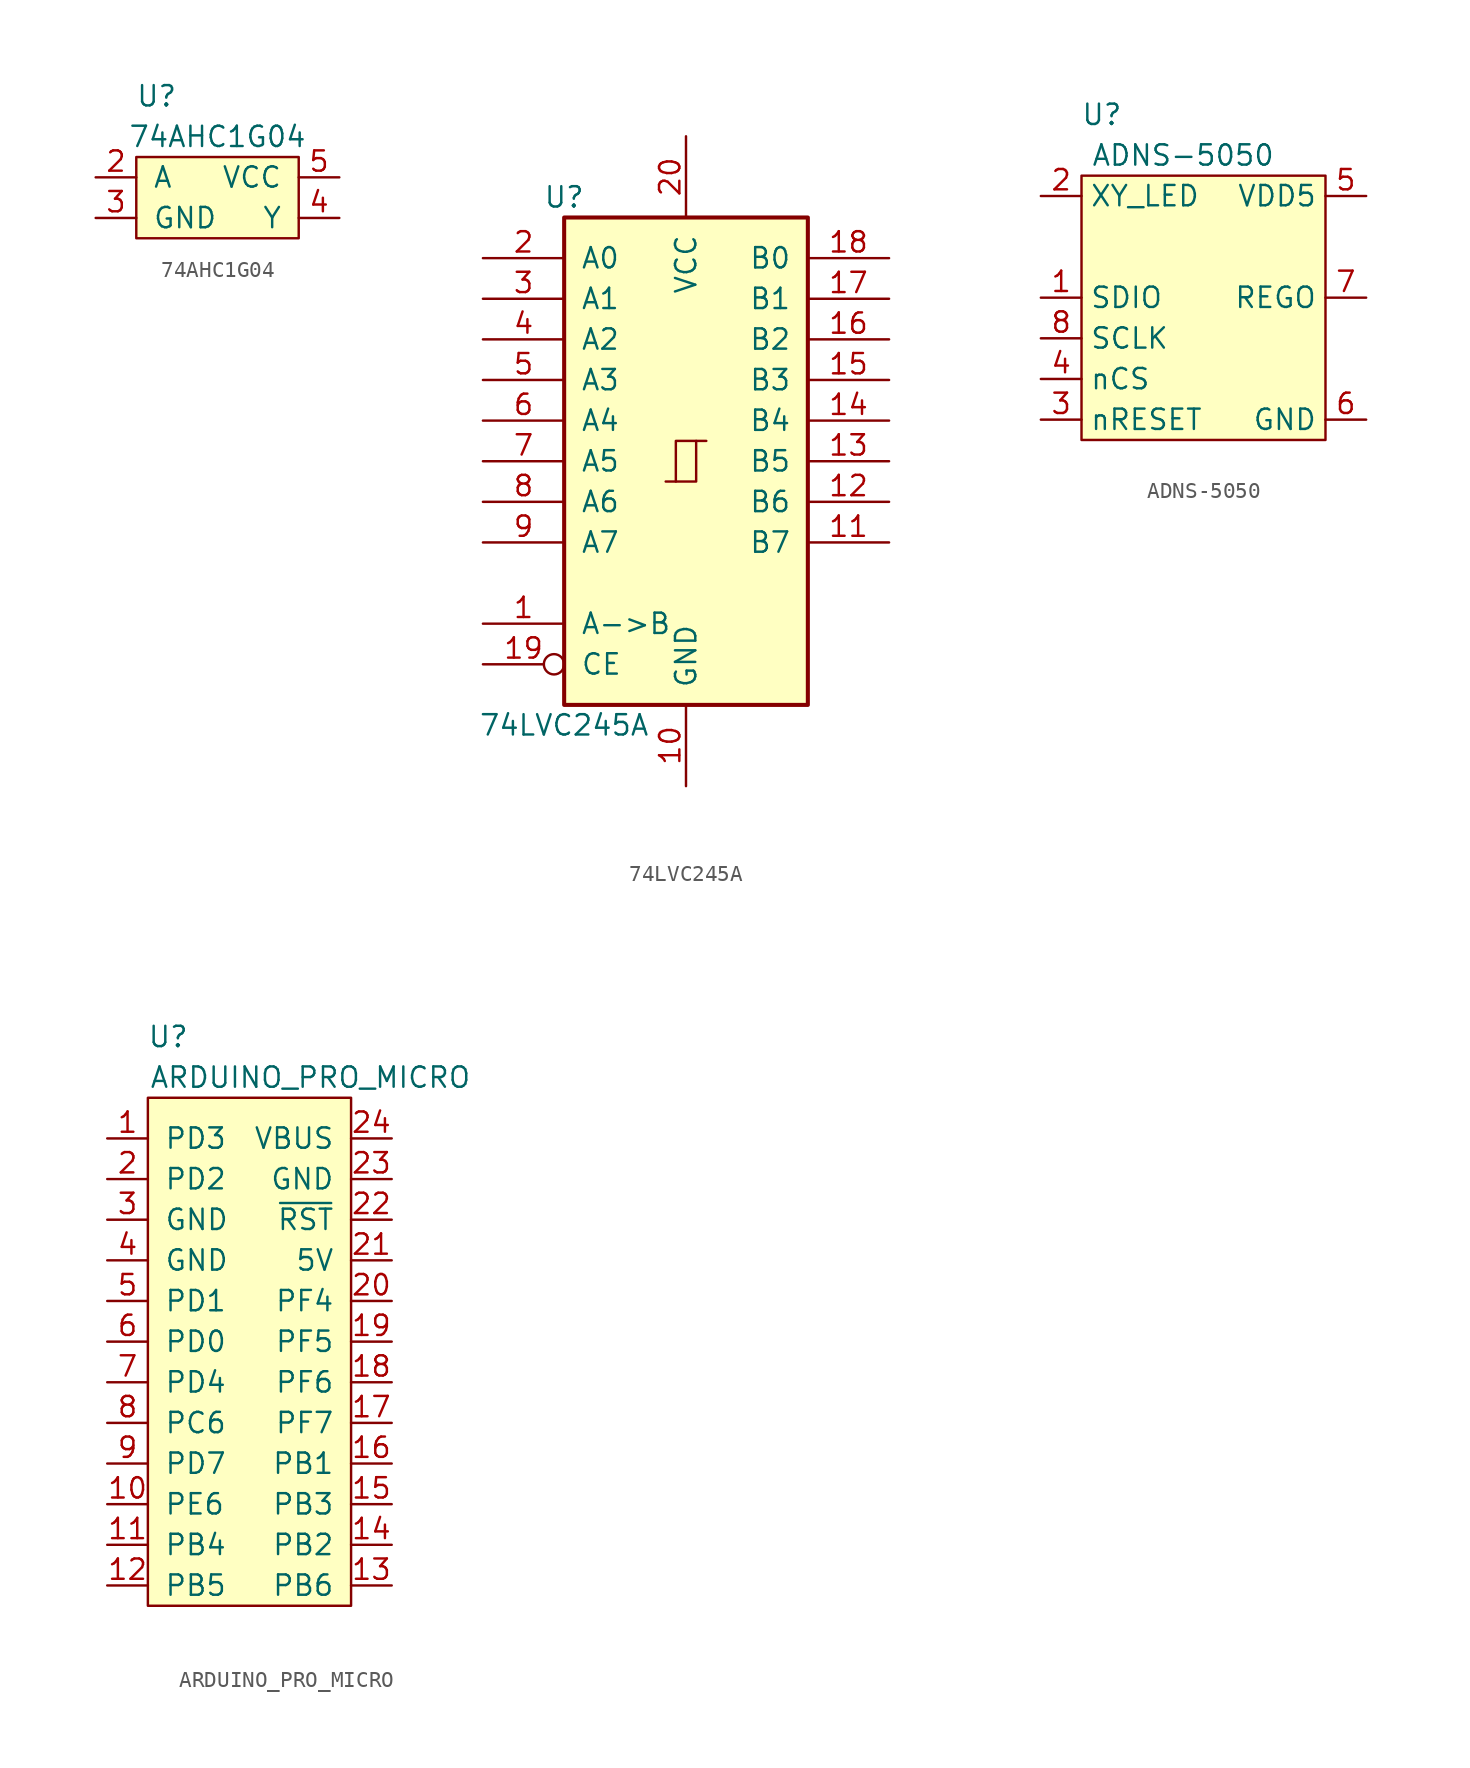
<source format=kicad_sym>
(kicad_symbol_lib
  (version 20231120)
  (generator "kicad_symbol_editor")
  (generator_version "8.0")
  (symbol "74AHC1G04"
    (pin_names
      (offset 1.016))
    (property "Reference" "U"
      (at -3.81 6.35 0)
      (effects (font (size 1.27 1.27))))
    (property "Value" "74AHC1G04"
      (at 0 3.81 0)
      (effects (font (size 1.27 1.27))))
    (symbol "74AHC1G04_0_1"
      (rectangle (start 5.08 -2.54) (end -5.08 2.54) (stroke (width 0) (type default)) (fill (type background))))
    (symbol "74AHC1G04_1_1"
      (pin bidirectional line (at -7.62 1.27 0) (length 2.54) (name "A" (effects (font (size 1.27 1.27)))) (number "2" (effects (font (size 1.27 1.27)))))
      (pin power_in line (at -7.62 -1.27 0) (length 2.54) (name "GND" (effects (font (size 1.27 1.27)))) (number "3" (effects (font (size 1.27 1.27)))))
      (pin bidirectional line (at 7.62 -1.27 180) (length 2.54) (name "Y" (effects (font (size 1.27 1.27)))) (number "4" (effects (font (size 1.27 1.27)))))
      (pin power_in line (at 7.62 1.27 180) (length 2.54) (name "VCC" (effects (font (size 1.27 1.27)))) (number "5" (effects (font (size 1.27 1.27)))))))
  (symbol "74LVC245A"
    (pin_names
      (offset 1.016))
    (property "Reference" "U"
      (at -7.62 16.51 0)
      (effects (font (size 1.27 1.27))))
    (property "Value" "74LVC245A"
      (at -7.62 -16.51 0)
      (effects (font (size 1.27 1.27))))
    (symbol "74LVC245A_1_0"
      (polyline (pts (xy -0.635 -1.27) (xy -0.635 1.27) (xy 0.635 1.27)) (stroke (width 0) (type default)) (fill (type none)))
      (polyline (pts (xy -1.27 -1.27) (xy 0.635 -1.27) (xy 0.635 1.27) (xy 1.27 1.27)) (stroke (width 0) (type default)) (fill (type none)))
      (pin input line (at -12.7 -10.16 0) (length 5.08) (name "A->B" (effects (font (size 1.27 1.27)))) (number "1" (effects (font (size 1.27 1.27)))))
      (pin power_in line (at 0 -20.32 90) (length 5.08) (name "GND" (effects (font (size 1.27 1.27)))) (number "10" (effects (font (size 1.27 1.27)))))
      (pin tri_state line (at 12.7 -5.08 180) (length 5.08) (name "B7" (effects (font (size 1.27 1.27)))) (number "11" (effects (font (size 1.27 1.27)))))
      (pin tri_state line (at 12.7 -2.54 180) (length 5.08) (name "B6" (effects (font (size 1.27 1.27)))) (number "12" (effects (font (size 1.27 1.27)))))
      (pin tri_state line (at 12.7 0 180) (length 5.08) (name "B5" (effects (font (size 1.27 1.27)))) (number "13" (effects (font (size 1.27 1.27)))))
      (pin tri_state line (at 12.7 2.54 180) (length 5.08) (name "B4" (effects (font (size 1.27 1.27)))) (number "14" (effects (font (size 1.27 1.27)))))
      (pin tri_state line (at 12.7 5.08 180) (length 5.08) (name "B3" (effects (font (size 1.27 1.27)))) (number "15" (effects (font (size 1.27 1.27)))))
      (pin tri_state line (at 12.7 7.62 180) (length 5.08) (name "B2" (effects (font (size 1.27 1.27)))) (number "16" (effects (font (size 1.27 1.27)))))
      (pin tri_state line (at 12.7 10.16 180) (length 5.08) (name "B1" (effects (font (size 1.27 1.27)))) (number "17" (effects (font (size 1.27 1.27)))))
      (pin tri_state line (at 12.7 12.7 180) (length 5.08) (name "B0" (effects (font (size 1.27 1.27)))) (number "18" (effects (font (size 1.27 1.27)))))
      (pin input inverted (at -12.7 -12.7 0) (length 5.08) (name "CE" (effects (font (size 1.27 1.27)))) (number "19" (effects (font (size 1.27 1.27)))))
      (pin tri_state line (at -12.7 12.7 0) (length 5.08) (name "A0" (effects (font (size 1.27 1.27)))) (number "2" (effects (font (size 1.27 1.27)))))
      (pin power_in line (at 0 20.32 270) (length 5.08) (name "VCC" (effects (font (size 1.27 1.27)))) (number "20" (effects (font (size 1.27 1.27)))))
      (pin tri_state line (at -12.7 10.16 0) (length 5.08) (name "A1" (effects (font (size 1.27 1.27)))) (number "3" (effects (font (size 1.27 1.27)))))
      (pin tri_state line (at -12.7 7.62 0) (length 5.08) (name "A2" (effects (font (size 1.27 1.27)))) (number "4" (effects (font (size 1.27 1.27)))))
      (pin tri_state line (at -12.7 5.08 0) (length 5.08) (name "A3" (effects (font (size 1.27 1.27)))) (number "5" (effects (font (size 1.27 1.27)))))
      (pin tri_state line (at -12.7 2.54 0) (length 5.08) (name "A4" (effects (font (size 1.27 1.27)))) (number "6" (effects (font (size 1.27 1.27)))))
      (pin tri_state line (at -12.7 0 0) (length 5.08) (name "A5" (effects (font (size 1.27 1.27)))) (number "7" (effects (font (size 1.27 1.27)))))
      (pin tri_state line (at -12.7 -2.54 0) (length 5.08) (name "A6" (effects (font (size 1.27 1.27)))) (number "8" (effects (font (size 1.27 1.27)))))
      (pin tri_state line (at -12.7 -5.08 0) (length 5.08) (name "A7" (effects (font (size 1.27 1.27)))) (number "9" (effects (font (size 1.27 1.27))))))
    (symbol "74LVC245A_1_1"
      (rectangle (start -7.62 15.24) (end 7.62 -15.24) (stroke (width 0.254) (type default)) (fill (type background)))))
  (symbol "ADNS-5050"
    (property "Reference" "U"
      (at -6.35 11.43 0)
      (effects (font (size 1.27 1.27))))
    (property "Value" "ADNS-5050"
      (at -1.27 8.89 0)
      (effects (font (size 1.27 1.27))))
    (symbol "ADNS-5050_0_1"
      (rectangle (start -7.62 7.62) (end 7.62 -8.89) (stroke (width 0.152) (type default)) (fill (type background))))
    (symbol "ADNS-5050_1_1"
      (pin bidirectional line (at -10.16 0 0) (length 2.54) (name "SDIO" (effects (font (size 1.27 1.27)))) (number "1" (effects (font (size 1.27 1.27)))))
      (pin bidirectional line (at -10.16 6.35 0) (length 2.54) (name "XY_LED" (effects (font (size 1.27 1.27)))) (number "2" (effects (font (size 1.27 1.27)))))
      (pin bidirectional line (at -10.16 -7.62 0) (length 2.54) (name "nRESET" (effects (font (size 1.27 1.27)))) (number "3" (effects (font (size 1.27 1.27)))))
      (pin bidirectional line (at -10.16 -5.08 0) (length 2.54) (name "nCS" (effects (font (size 1.27 1.27)))) (number "4" (effects (font (size 1.27 1.27)))))
      (pin power_in line (at 10.16 6.35 180) (length 2.54) (name "VDD5" (effects (font (size 1.27 1.27)))) (number "5" (effects (font (size 1.27 1.27)))))
      (pin power_in line (at 10.16 -7.62 180) (length 2.54) (name "GND" (effects (font (size 1.27 1.27)))) (number "6" (effects (font (size 1.27 1.27)))))
      (pin power_out line (at 10.16 0 180) (length 2.54) (name "REGO" (effects (font (size 1.27 1.27)))) (number "7" (effects (font (size 1.27 1.27)))))
      (pin bidirectional line (at -10.16 -2.54 0) (length 2.54) (name "SCLK" (effects (font (size 1.27 1.27)))) (number "8" (effects (font (size 1.27 1.27)))))))
  (symbol "ARDUINO_PRO_MICRO"
    (pin_names
      (offset 1.016))
    (property "Reference" "U"
      (at -5.08 0 0)
      (effects (font (size 1.27 1.27))))
    (property "Value" "ARDUINO_PRO_MICRO"
      (at 3.81 -2.54 0)
      (effects (font (size 1.27 1.27))))
    (symbol "ARDUINO_PRO_MICRO_0_1"
      (rectangle (start -6.35 -3.81) (end 6.35 -35.56) (stroke (width 0) (type default)) (fill (type background))))
    (symbol "ARDUINO_PRO_MICRO_1_1"
      (pin bidirectional line (at -8.89 -6.35 0) (length 2.54) (name "PD3" (effects (font (size 1.27 1.27)))) (number "1" (effects (font (size 1.27 1.27)))))
      (pin bidirectional line (at -8.89 -29.21 0) (length 2.54) (name "PE6" (effects (font (size 1.27 1.27)))) (number "10" (effects (font (size 1.27 1.27)))))
      (pin bidirectional line (at -8.89 -31.75 0) (length 2.54) (name "PB4" (effects (font (size 1.27 1.27)))) (number "11" (effects (font (size 1.27 1.27)))))
      (pin bidirectional line (at -8.89 -34.29 0) (length 2.54) (name "PB5" (effects (font (size 1.27 1.27)))) (number "12" (effects (font (size 1.27 1.27)))))
      (pin bidirectional line (at 8.89 -34.29 180) (length 2.54) (name "PB6" (effects (font (size 1.27 1.27)))) (number "13" (effects (font (size 1.27 1.27)))))
      (pin bidirectional line (at 8.89 -31.75 180) (length 2.54) (name "PB2" (effects (font (size 1.27 1.27)))) (number "14" (effects (font (size 1.27 1.27)))))
      (pin bidirectional line (at 8.89 -29.21 180) (length 2.54) (name "PB3" (effects (font (size 1.27 1.27)))) (number "15" (effects (font (size 1.27 1.27)))))
      (pin bidirectional line (at 8.89 -26.67 180) (length 2.54) (name "PB1" (effects (font (size 1.27 1.27)))) (number "16" (effects (font (size 1.27 1.27)))))
      (pin bidirectional line (at 8.89 -24.13 180) (length 2.54) (name "PF7" (effects (font (size 1.27 1.27)))) (number "17" (effects (font (size 1.27 1.27)))))
      (pin bidirectional line (at 8.89 -21.59 180) (length 2.54) (name "PF6" (effects (font (size 1.27 1.27)))) (number "18" (effects (font (size 1.27 1.27)))))
      (pin bidirectional line (at 8.89 -19.05 180) (length 2.54) (name "PF5" (effects (font (size 1.27 1.27)))) (number "19" (effects (font (size 1.27 1.27)))))
      (pin bidirectional line (at -8.89 -8.89 0) (length 2.54) (name "PD2" (effects (font (size 1.27 1.27)))) (number "2" (effects (font (size 1.27 1.27)))))
      (pin bidirectional line (at 8.89 -16.51 180) (length 2.54) (name "PF4" (effects (font (size 1.27 1.27)))) (number "20" (effects (font (size 1.27 1.27)))))
      (pin power_in line (at 8.89 -13.97 180) (length 2.54) (name "5V" (effects (font (size 1.27 1.27)))) (number "21" (effects (font (size 1.27 1.27)))))
      (pin bidirectional line (at 8.89 -11.43 180) (length 2.54) (name "~{RST}" (effects (font (size 1.27 1.27)))) (number "22" (effects (font (size 1.27 1.27)))))
      (pin power_in line (at 8.89 -8.89 180) (length 2.54) (name "GND" (effects (font (size 1.27 1.27)))) (number "23" (effects (font (size 1.27 1.27)))))
      (pin power_in line (at 8.89 -6.35 180) (length 2.54) (name "VBUS" (effects (font (size 1.27 1.27)))) (number "24" (effects (font (size 1.27 1.27)))))
      (pin power_in line (at -8.89 -11.43 0) (length 2.54) (name "GND" (effects (font (size 1.27 1.27)))) (number "3" (effects (font (size 1.27 1.27)))))
      (pin power_in line (at -8.89 -13.97 0) (length 2.54) (name "GND" (effects (font (size 1.27 1.27)))) (number "4" (effects (font (size 1.27 1.27)))))
      (pin bidirectional line (at -8.89 -16.51 0) (length 2.54) (name "PD1" (effects (font (size 1.27 1.27)))) (number "5" (effects (font (size 1.27 1.27)))))
      (pin bidirectional line (at -8.89 -19.05 0) (length 2.54) (name "PD0" (effects (font (size 1.27 1.27)))) (number "6" (effects (font (size 1.27 1.27)))))
      (pin bidirectional line (at -8.89 -21.59 0) (length 2.54) (name "PD4" (effects (font (size 1.27 1.27)))) (number "7" (effects (font (size 1.27 1.27)))))
      (pin bidirectional line (at -8.89 -24.13 0) (length 2.54) (name "PC6" (effects (font (size 1.27 1.27)))) (number "8" (effects (font (size 1.27 1.27)))))
      (pin bidirectional line (at -8.89 -26.67 0) (length 2.54) (name "PD7" (effects (font (size 1.27 1.27)))) (number "9" (effects (font (size 1.27 1.27))))))))
</source>
